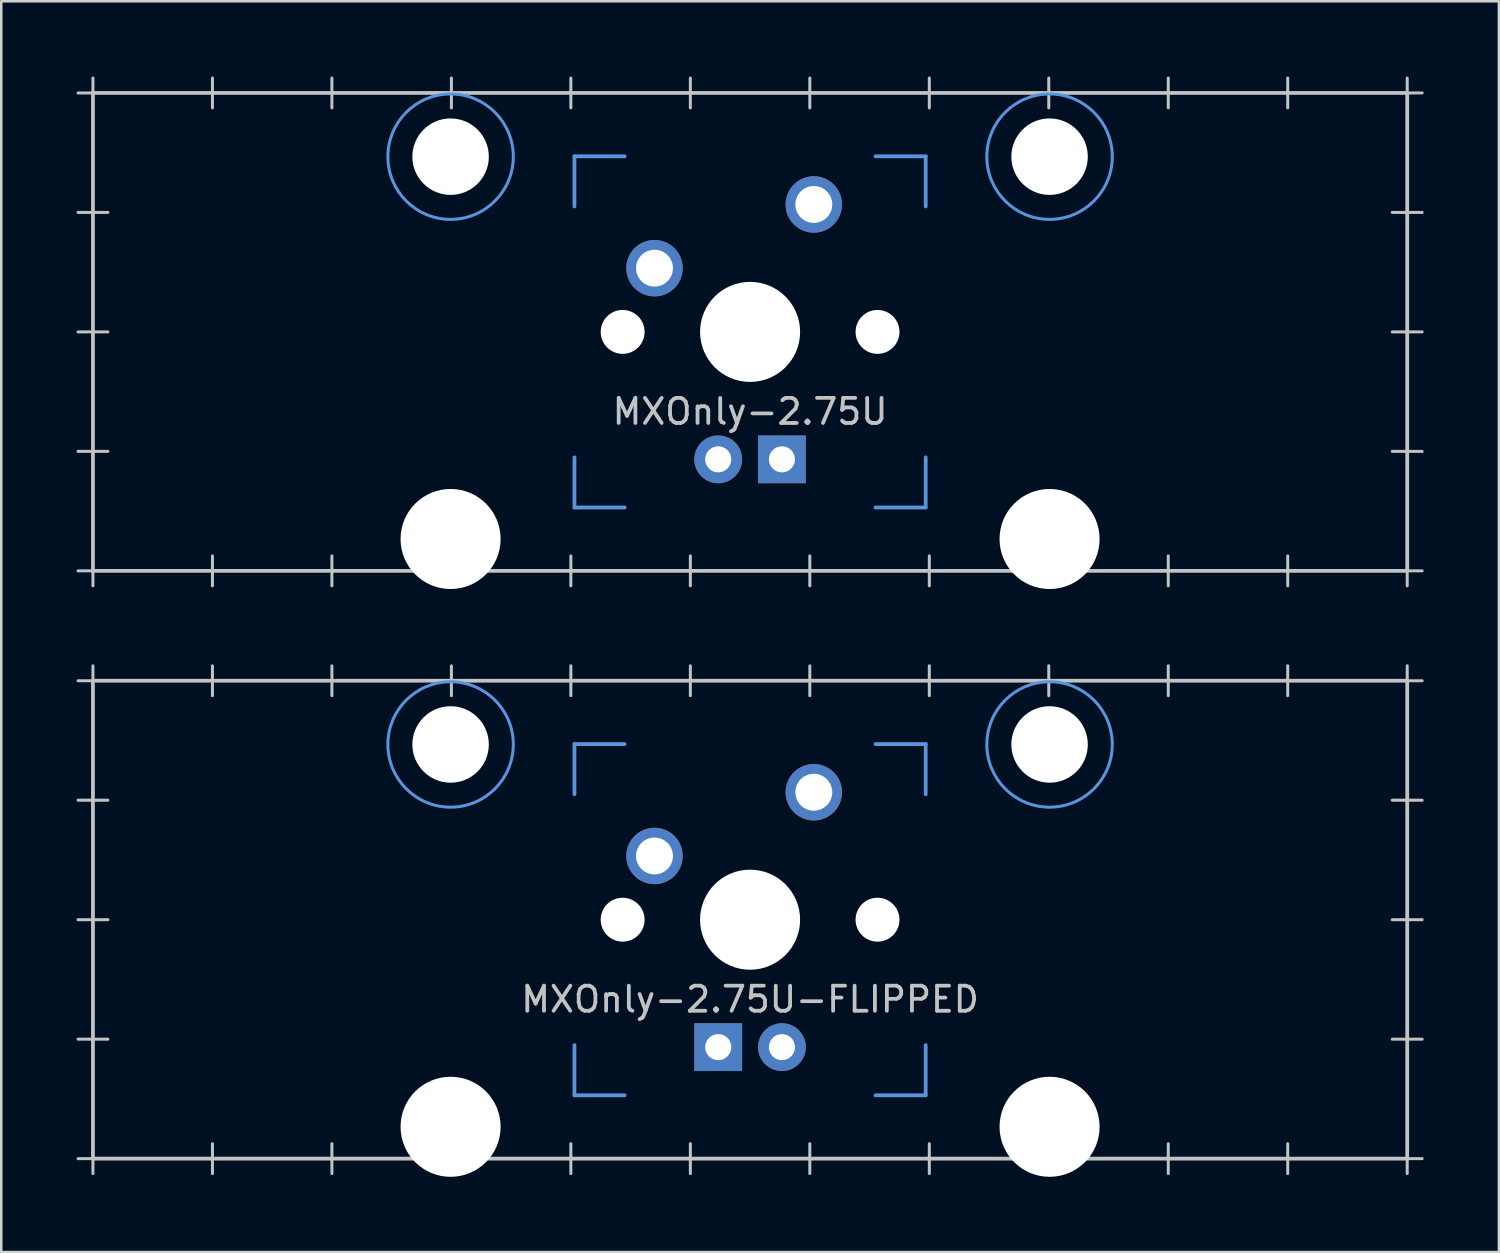
<source format=kicad_pcb>
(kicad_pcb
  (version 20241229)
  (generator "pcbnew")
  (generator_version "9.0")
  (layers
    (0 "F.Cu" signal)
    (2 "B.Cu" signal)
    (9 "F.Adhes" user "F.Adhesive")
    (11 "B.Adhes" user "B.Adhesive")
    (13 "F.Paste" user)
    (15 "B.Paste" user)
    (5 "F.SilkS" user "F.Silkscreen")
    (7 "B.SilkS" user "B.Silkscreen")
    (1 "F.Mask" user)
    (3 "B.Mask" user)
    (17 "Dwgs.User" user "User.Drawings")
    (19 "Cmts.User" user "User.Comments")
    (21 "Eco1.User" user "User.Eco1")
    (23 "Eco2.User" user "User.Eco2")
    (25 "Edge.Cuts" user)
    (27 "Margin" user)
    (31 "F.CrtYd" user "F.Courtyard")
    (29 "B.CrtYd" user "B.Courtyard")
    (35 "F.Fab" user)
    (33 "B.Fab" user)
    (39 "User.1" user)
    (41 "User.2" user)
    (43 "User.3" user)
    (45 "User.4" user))
  (footprint "MXOnly-2.75U-FLIPPED"
    (layer "F.Cu")
    (at 26.849 33.61)
    (property "Reference" "MXOnly-2.75U-FLIPPED" (at 0 3.175 0) (layer "Dwgs.User") (effects (font (size 1 1) (thickness 0.15))))
    (attr through_hole)
    (fp_line (start -26.789 -9.525) (end -26.194 -9.525) (stroke (width 0.12) (type solid)) (layer "Dwgs.User"))
    (fp_line (start -26.789 -0.000008) (end -25.598 -0.000008) (stroke (width 0.12) (type solid)) (layer "Dwgs.User"))
    (fp_line (start -26.789 4.762) (end -25.598 4.762) (stroke (width 0.12) (type solid)) (layer "Dwgs.User"))
    (fp_line (start -26.789 9.525) (end -26.194 9.525) (stroke (width 0.12) (type solid)) (layer "Dwgs.User"))
    (fp_line (start -26.194 10.12) (end -26.194 9.525) (stroke (width 0.12) (type solid)) (layer "Dwgs.User"))
    (fp_line (start -26.194 -10.12) (end -26.194 -9.525) (stroke (width 0.12) (type solid)) (layer "Dwgs.User"))
    (fp_line (start -26.194 -9.525) (end 26.194 -9.525) (stroke (width 0.15) (type solid)) (layer "Dwgs.User"))
    (fp_line (start -26.194 9.525) (end -26.194 -9.525) (stroke (width 0.15) (type solid)) (layer "Dwgs.User"))
    (fp_line (start -26.194 9.525) (end 26.194 9.525) (stroke (width 0.15) (type solid)) (layer "Dwgs.User"))
    (fp_line (start -25.598 -4.763) (end -26.789 -4.763) (stroke (width 0.12) (type solid)) (layer "Dwgs.User"))
    (fp_line (start -21.431 8.93) (end -21.431 10.12) (stroke (width 0.12) (type solid)) (layer "Dwgs.User"))
    (fp_line (start -21.431 -10.12) (end -21.431 -8.93) (stroke (width 0.12) (type solid)) (layer "Dwgs.User"))
    (fp_line (start -16.669 8.93) (end -16.669 10.12) (stroke (width 0.12) (type solid)) (layer "Dwgs.User"))
    (fp_line (start -16.669 -10.12) (end -16.669 -8.93) (stroke (width 0.12) (type solid)) (layer "Dwgs.User"))
    (fp_line (start -11.906 10.12) (end -11.906 8.93) (stroke (width 0.12) (type solid)) (layer "Dwgs.User"))
    (fp_line (start -11.906 -8.93) (end -11.906 -10.12) (stroke (width 0.12) (type solid)) (layer "Dwgs.User"))
    (fp_line (start -7.144 8.93) (end -7.144 10.12) (stroke (width 0.12) (type solid)) (layer "Dwgs.User"))
    (fp_line (start -7.144 -10.12) (end -7.144 -8.93) (stroke (width 0.12) (type solid)) (layer "Dwgs.User"))
    (fp_line (start -2.381 10.12) (end -2.381 8.93) (stroke (width 0.12) (type solid)) (layer "Dwgs.User"))
    (fp_line (start -2.381 -8.93) (end -2.381 -10.12) (stroke (width 0.12) (type solid)) (layer "Dwgs.User"))
    (fp_line (start 2.381 8.93) (end 2.381 10.12) (stroke (width 0.12) (type solid)) (layer "Dwgs.User"))
    (fp_line (start 2.381 -10.12) (end 2.381 -8.93) (stroke (width 0.12) (type solid)) (layer "Dwgs.User"))
    (fp_line (start 7.144 10.12) (end 7.144 8.93) (stroke (width 0.12) (type solid)) (layer "Dwgs.User"))
    (fp_line (start 7.144 -8.93) (end 7.144 -10.12) (stroke (width 0.12) (type solid)) (layer "Dwgs.User"))
    (fp_line (start 11.906 10.12) (end 11.906 8.93) (stroke (width 0.12) (type solid)) (layer "Dwgs.User"))
    (fp_line (start 11.906 -8.93) (end 11.906 -10.12) (stroke (width 0.12) (type solid)) (layer "Dwgs.User"))
    (fp_line (start 16.669 8.93) (end 16.669 10.12) (stroke (width 0.12) (type solid)) (layer "Dwgs.User"))
    (fp_line (start 16.669 -8.93) (end 16.669 -10.12) (stroke (width 0.12) (type solid)) (layer "Dwgs.User"))
    (fp_line (start 21.431 8.93) (end 21.431 10.12) (stroke (width 0.12) (type solid)) (layer "Dwgs.User"))
    (fp_line (start 21.431 -8.93) (end 21.431 -10.12) (stroke (width 0.12) (type solid)) (layer "Dwgs.User"))
    (fp_line (start 25.598 4.763) (end 26.789 4.763) (stroke (width 0.12) (type solid)) (layer "Dwgs.User"))
    (fp_line (start 26.194 -9.525) (end 26.194 9.525) (stroke (width 0.15) (type solid)) (layer "Dwgs.User"))
    (fp_line (start 26.194 10.12) (end 26.194 9.525) (stroke (width 0.12) (type solid)) (layer "Dwgs.User"))
    (fp_line (start 26.194 -10.12) (end 26.194 -9.525) (stroke (width 0.12) (type solid)) (layer "Dwgs.User"))
    (fp_line (start 26.789 -9.525) (end 26.194 -9.525) (stroke (width 0.12) (type solid)) (layer "Dwgs.User"))
    (fp_line (start 26.789 -4.763) (end 25.598 -4.763) (stroke (width 0.12) (type solid)) (layer "Dwgs.User"))
    (fp_line (start 26.789 0) (end 25.598 0) (stroke (width 0.12) (type solid)) (layer "Dwgs.User"))
    (fp_line (start 26.789 9.525) (end 26.194 9.525) (stroke (width 0.12) (type solid)) (layer "Dwgs.User"))
    (fp_line (start -7 -7) (end -7 -5) (stroke (width 0.15) (type solid)) (layer "Cmts.User"))
    (fp_line (start -7 7) (end -7 5) (stroke (width 0.15) (type solid)) (layer "Cmts.User"))
    (fp_line (start -5 -7) (end -7 -7) (stroke (width 0.15) (type solid)) (layer "Cmts.User"))
    (fp_line (start -5 7) (end -7 7) (stroke (width 0.15) (type solid)) (layer "Cmts.User"))
    (fp_line (start 5 -7) (end 7 -7) (stroke (width 0.15) (type solid)) (layer "Cmts.User"))
    (fp_line (start 7 -7) (end 7 -5) (stroke (width 0.15) (type solid)) (layer "Cmts.User"))
    (fp_line (start 7 5) (end 7 7) (stroke (width 0.15) (type solid)) (layer "Cmts.User"))
    (fp_line (start 7 7) (end 5 7) (stroke (width 0.15) (type solid)) (layer "Cmts.User"))
    (fp_circle (center -11.938 -6.985) (end -9.438 -6.985) (stroke (width 0.12) (type solid)) (fill no) (layer "Cmts.User"))
    (fp_circle (center 11.938 -6.985) (end 14.438 -6.985) (stroke (width 0.12) (type solid)) (fill no) (layer "Cmts.User"))
    (pad "" np_thru_hole circle (at -11.938 -6.985) (size 3.048 3.048) (drill 3.048) (layers "*.Cu" "*.Mask"))
    (pad "" np_thru_hole circle (at -11.938 8.255) (size 3.988 3.988) (drill 3.988) (layers "*.Cu" "*.Mask"))
    (pad "" np_thru_hole circle (at -5.08 0 48.1) (size 1.75 1.75) (drill 1.75) (layers "*.Cu" "*.Mask"))
    (pad "" np_thru_hole circle (at 0 0) (size 3.988 3.988) (drill 3.988) (layers "*.Cu" "*.Mask"))
    (pad "" np_thru_hole circle (at 5.08 0 48.1) (size 1.75 1.75) (drill 1.75) (layers "*.Cu" "*.Mask"))
    (pad "" np_thru_hole circle (at 11.938 -6.985) (size 3.048 3.048) (drill 3.048) (layers "*.Cu" "*.Mask"))
    (pad "" np_thru_hole circle (at 11.938 8.255) (size 3.988 3.988) (drill 3.988) (layers "*.Cu" "*.Mask"))
    (pad "1" thru_hole circle (at -3.81 -2.54) (size 2.25 2.25) (drill 1.47) (layers "*.Cu" "B.Mask"))
    (pad "2" thru_hole circle (at 2.54 -5.08) (size 2.25 2.25) (drill 1.47) (layers "*.Cu" "B.Mask"))
    (pad "3" thru_hole circle (at 1.27 5.08) (size 1.905 1.905) (drill 1.04) (layers "*.Cu" "B.Mask"))
    (pad "4" thru_hole rect (at -1.27 5.08) (size 1.905 1.905) (drill 1.04) (layers "*.Cu" "B.Mask")))
  (footprint "MXOnly-2.75U"
    (layer "F.Cu")
    (at 26.849 10.18)
    (property "Reference" "MXOnly-2.75U" (at 0 3.175 0) (layer "Dwgs.User") (effects (font (size 1 1) (thickness 0.15))))
    (attr through_hole)
    (fp_line (start -26.789 -9.525) (end -26.194 -9.525) (stroke (width 0.12) (type solid)) (layer "Dwgs.User"))
    (fp_line (start -26.789 -0.000008) (end -25.598 -0.000008) (stroke (width 0.12) (type solid)) (layer "Dwgs.User"))
    (fp_line (start -26.789 4.762) (end -25.598 4.762) (stroke (width 0.12) (type solid)) (layer "Dwgs.User"))
    (fp_line (start -26.789 9.525) (end -26.194 9.525) (stroke (width 0.12) (type solid)) (layer "Dwgs.User"))
    (fp_line (start -26.194 10.12) (end -26.194 9.525) (stroke (width 0.12) (type solid)) (layer "Dwgs.User"))
    (fp_line (start -26.194 -10.12) (end -26.194 -9.525) (stroke (width 0.12) (type solid)) (layer "Dwgs.User"))
    (fp_line (start -26.194 -9.525) (end 26.194 -9.525) (stroke (width 0.15) (type solid)) (layer "Dwgs.User"))
    (fp_line (start -26.194 9.525) (end -26.194 -9.525) (stroke (width 0.15) (type solid)) (layer "Dwgs.User"))
    (fp_line (start -26.194 9.525) (end 26.194 9.525) (stroke (width 0.15) (type solid)) (layer "Dwgs.User"))
    (fp_line (start -25.598 -4.763) (end -26.789 -4.763) (stroke (width 0.12) (type solid)) (layer "Dwgs.User"))
    (fp_line (start -21.431 8.93) (end -21.431 10.12) (stroke (width 0.12) (type solid)) (layer "Dwgs.User"))
    (fp_line (start -21.431 -10.12) (end -21.431 -8.93) (stroke (width 0.12) (type solid)) (layer "Dwgs.User"))
    (fp_line (start -16.669 8.93) (end -16.669 10.12) (stroke (width 0.12) (type solid)) (layer "Dwgs.User"))
    (fp_line (start -16.669 -10.12) (end -16.669 -8.93) (stroke (width 0.12) (type solid)) (layer "Dwgs.User"))
    (fp_line (start -11.906 10.12) (end -11.906 8.93) (stroke (width 0.12) (type solid)) (layer "Dwgs.User"))
    (fp_line (start -11.906 -8.93) (end -11.906 -10.12) (stroke (width 0.12) (type solid)) (layer "Dwgs.User"))
    (fp_line (start -7.144 8.93) (end -7.144 10.12) (stroke (width 0.12) (type solid)) (layer "Dwgs.User"))
    (fp_line (start -7.144 -10.12) (end -7.144 -8.93) (stroke (width 0.12) (type solid)) (layer "Dwgs.User"))
    (fp_line (start -2.381 10.12) (end -2.381 8.93) (stroke (width 0.12) (type solid)) (layer "Dwgs.User"))
    (fp_line (start -2.381 -8.93) (end -2.381 -10.12) (stroke (width 0.12) (type solid)) (layer "Dwgs.User"))
    (fp_line (start 2.381 8.93) (end 2.381 10.12) (stroke (width 0.12) (type solid)) (layer "Dwgs.User"))
    (fp_line (start 2.381 -10.12) (end 2.381 -8.93) (stroke (width 0.12) (type solid)) (layer "Dwgs.User"))
    (fp_line (start 7.144 10.12) (end 7.144 8.93) (stroke (width 0.12) (type solid)) (layer "Dwgs.User"))
    (fp_line (start 7.144 -8.93) (end 7.144 -10.12) (stroke (width 0.12) (type solid)) (layer "Dwgs.User"))
    (fp_line (start 11.906 10.12) (end 11.906 8.93) (stroke (width 0.12) (type solid)) (layer "Dwgs.User"))
    (fp_line (start 11.906 -8.93) (end 11.906 -10.12) (stroke (width 0.12) (type solid)) (layer "Dwgs.User"))
    (fp_line (start 16.669 8.93) (end 16.669 10.12) (stroke (width 0.12) (type solid)) (layer "Dwgs.User"))
    (fp_line (start 16.669 -8.93) (end 16.669 -10.12) (stroke (width 0.12) (type solid)) (layer "Dwgs.User"))
    (fp_line (start 21.431 8.93) (end 21.431 10.12) (stroke (width 0.12) (type solid)) (layer "Dwgs.User"))
    (fp_line (start 21.431 -8.93) (end 21.431 -10.12) (stroke (width 0.12) (type solid)) (layer "Dwgs.User"))
    (fp_line (start 25.598 4.763) (end 26.789 4.763) (stroke (width 0.12) (type solid)) (layer "Dwgs.User"))
    (fp_line (start 26.194 -9.525) (end 26.194 9.525) (stroke (width 0.15) (type solid)) (layer "Dwgs.User"))
    (fp_line (start 26.194 10.12) (end 26.194 9.525) (stroke (width 0.12) (type solid)) (layer "Dwgs.User"))
    (fp_line (start 26.194 -10.12) (end 26.194 -9.525) (stroke (width 0.12) (type solid)) (layer "Dwgs.User"))
    (fp_line (start 26.789 -9.525) (end 26.194 -9.525) (stroke (width 0.12) (type solid)) (layer "Dwgs.User"))
    (fp_line (start 26.789 -4.763) (end 25.598 -4.763) (stroke (width 0.12) (type solid)) (layer "Dwgs.User"))
    (fp_line (start 26.789 0) (end 25.598 0) (stroke (width 0.12) (type solid)) (layer "Dwgs.User"))
    (fp_line (start 26.789 9.525) (end 26.194 9.525) (stroke (width 0.12) (type solid)) (layer "Dwgs.User"))
    (fp_line (start -7 -7) (end -7 -5) (stroke (width 0.15) (type solid)) (layer "Cmts.User"))
    (fp_line (start -7 7) (end -7 5) (stroke (width 0.15) (type solid)) (layer "Cmts.User"))
    (fp_line (start -5 -7) (end -7 -7) (stroke (width 0.15) (type solid)) (layer "Cmts.User"))
    (fp_line (start -5 7) (end -7 7) (stroke (width 0.15) (type solid)) (layer "Cmts.User"))
    (fp_line (start 5 -7) (end 7 -7) (stroke (width 0.15) (type solid)) (layer "Cmts.User"))
    (fp_line (start 7 -7) (end 7 -5) (stroke (width 0.15) (type solid)) (layer "Cmts.User"))
    (fp_line (start 7 5) (end 7 7) (stroke (width 0.15) (type solid)) (layer "Cmts.User"))
    (fp_line (start 7 7) (end 5 7) (stroke (width 0.15) (type solid)) (layer "Cmts.User"))
    (fp_circle (center -11.938 -6.985) (end -9.438 -6.985) (stroke (width 0.12) (type solid)) (fill no) (layer "Cmts.User"))
    (fp_circle (center 11.938 -6.985) (end 14.438 -6.985) (stroke (width 0.12) (type solid)) (fill no) (layer "Cmts.User"))
    (pad "" np_thru_hole circle (at -11.938 -6.985) (size 3.048 3.048) (drill 3.048) (layers "*.Cu" "*.Mask"))
    (pad "" np_thru_hole circle (at -11.938 8.255) (size 3.988 3.988) (drill 3.988) (layers "*.Cu" "*.Mask"))
    (pad "" np_thru_hole circle (at -5.08 0 48.1) (size 1.75 1.75) (drill 1.75) (layers "*.Cu" "*.Mask"))
    (pad "" np_thru_hole circle (at 0 0) (size 3.988 3.988) (drill 3.988) (layers "*.Cu" "*.Mask"))
    (pad "" np_thru_hole circle (at 5.08 0 48.1) (size 1.75 1.75) (drill 1.75) (layers "*.Cu" "*.Mask"))
    (pad "" np_thru_hole circle (at 11.938 -6.985) (size 3.048 3.048) (drill 3.048) (layers "*.Cu" "*.Mask"))
    (pad "" np_thru_hole circle (at 11.938 8.255) (size 3.988 3.988) (drill 3.988) (layers "*.Cu" "*.Mask"))
    (pad "1" thru_hole circle (at -3.81 -2.54) (size 2.25 2.25) (drill 1.47) (layers "*.Cu" "B.Mask"))
    (pad "2" thru_hole circle (at 2.54 -5.08) (size 2.25 2.25) (drill 1.47) (layers "*.Cu" "B.Mask"))
    (pad "3" thru_hole circle (at -1.27 5.08) (size 1.905 1.905) (drill 1.04) (layers "*.Cu" "B.Mask"))
    (pad "4" thru_hole rect (at 1.27 5.08) (size 1.905 1.905) (drill 1.04) (layers "*.Cu" "B.Mask")))
  (gr_rect
    (start -3 -3)
    (end 56.698 46.858)
    (stroke (width 0.1) (type default))
    (fill no)
    (layer "Edge.Cuts")))
</source>
